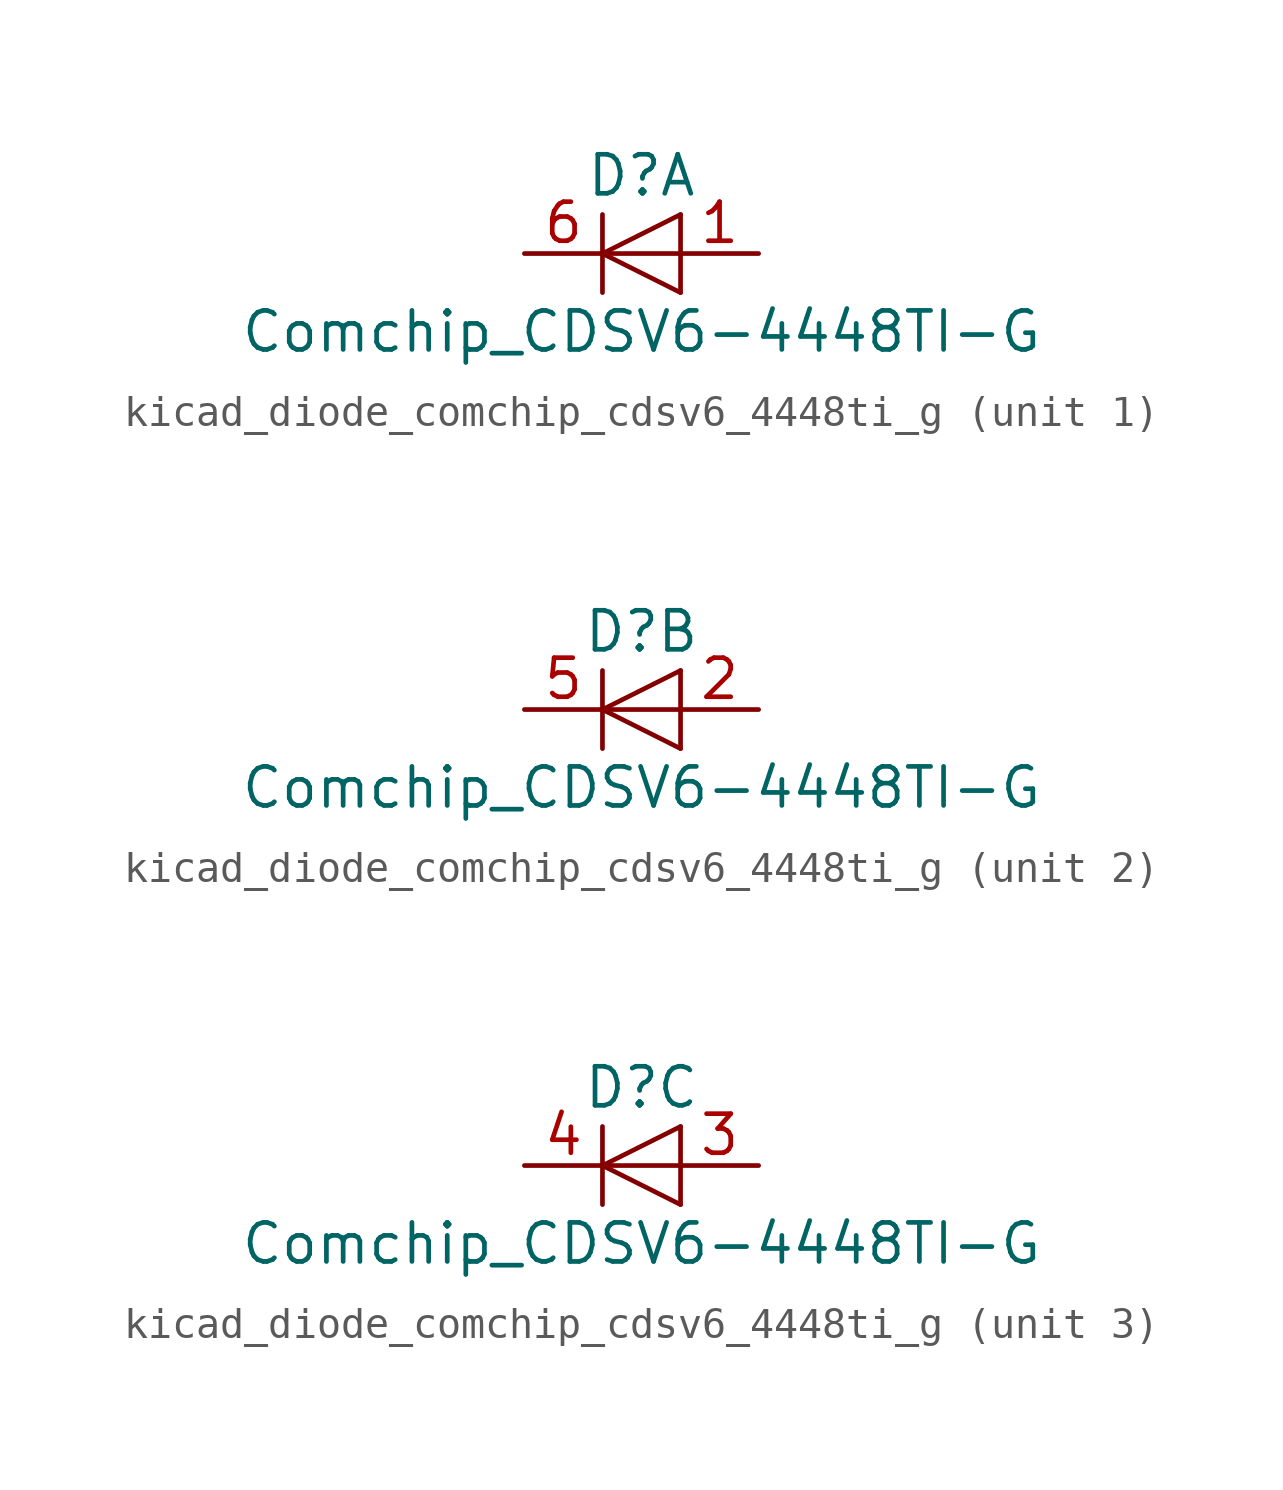
<source format=kicad_sym>
(kicad_symbol_lib
  (version 20220914)
  (generator kicad_symbol_editor)
  (symbol "kicad_diode_comchip_cdsv6_4448ti_g"
    (pin_names
      (offset 1.016) hide)
    (property "Reference" "D"
      (at 0 2.54 0)
      (effects (font (size 1.27 1.27))))
    (property "Value" "Comchip_CDSV6-4448TI-G"
      (at 0 -2.54 0)
      (effects (font (size 1.27 1.27))))
    (symbol "kicad_diode_comchip_cdsv6_4448ti_g_0_1"
      (polyline (pts (xy -1.27 1.27) (xy -1.27 -1.27)) (stroke (width 0.152) (type default)) (fill (type none)))
      (polyline (pts (xy 1.27 0) (xy -1.27 0)) (stroke (width 0) (type default)) (fill (type none)))
      (polyline (pts (xy 1.27 1.27) (xy 1.27 -1.27)) (stroke (width 0) (type default)) (fill (type none)))
      (polyline (pts (xy 1.27 1.27) (xy -1.27 0) (xy 1.27 -1.27)) (stroke (width 0) (type default)) (fill (type none))))
    (symbol "kicad_diode_comchip_cdsv6_4448ti_g_1_1"
      (pin passive line (at 3.81 0 180) (length 2.54) (name "A" (effects (font (size 1.27 1.27)))) (number "1" (effects (font (size 1.27 1.27)))))
      (pin passive line (at -3.81 0 0) (length 2.54) (name "K" (effects (font (size 1.27 1.27)))) (number "6" (effects (font (size 1.27 1.27))))))
    (symbol "kicad_diode_comchip_cdsv6_4448ti_g_2_1"
      (pin passive line (at 3.81 0 180) (length 2.54) (name "A" (effects (font (size 1.27 1.27)))) (number "2" (effects (font (size 1.27 1.27)))))
      (pin passive line (at -3.81 0 0) (length 2.54) (name "K" (effects (font (size 1.27 1.27)))) (number "5" (effects (font (size 1.27 1.27))))))
    (symbol "kicad_diode_comchip_cdsv6_4448ti_g_3_1"
      (pin passive line (at 3.81 0 180) (length 2.54) (name "A" (effects (font (size 1.27 1.27)))) (number "3" (effects (font (size 1.27 1.27)))))
      (pin passive line (at -3.81 0 0) (length 2.54) (name "K" (effects (font (size 1.27 1.27)))) (number "4" (effects (font (size 1.27 1.27))))))))
</source>
